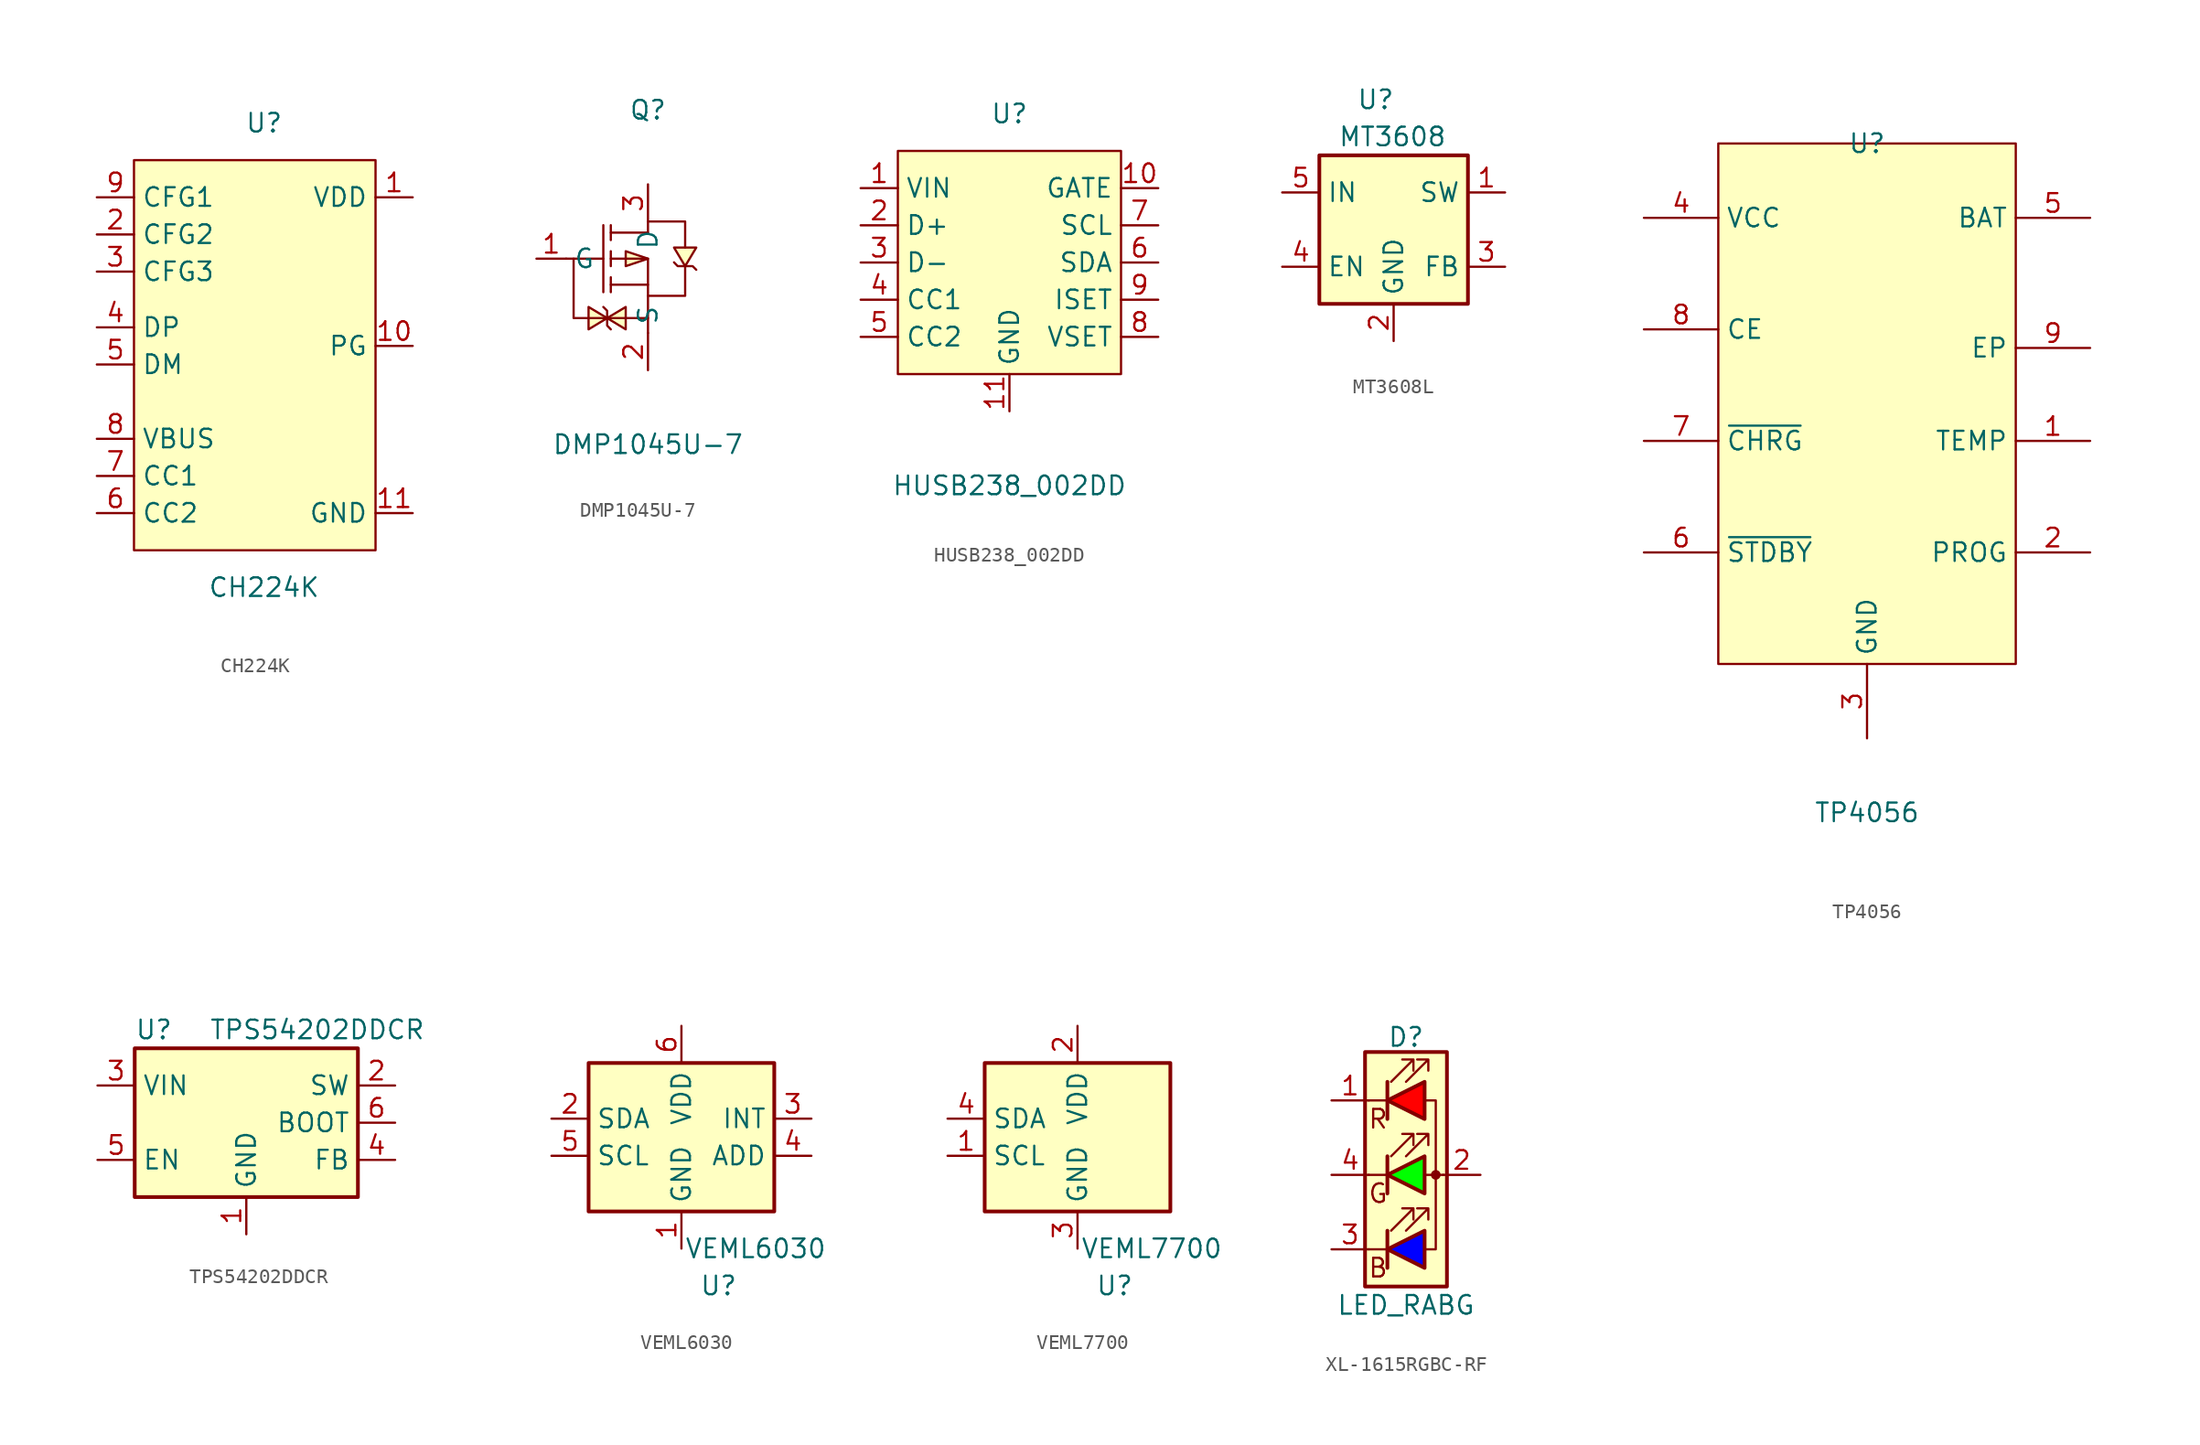
<source format=kicad_sym>
(kicad_symbol_lib
  (version 20231120)
  (generator "kicad_symbol_editor")
  (generator_version "8.0")
  (symbol "CH224K"
    (property "Reference" "U"
      (at 0 15.24 0)
      (effects (font (size 1.27 1.27))))
    (property "Value" "CH224K"
      (at 0 -16.51 0)
      (effects (font (size 1.27 1.27))))
    (symbol "CH224K_0_1"
      (rectangle (start -8.89 12.7) (end 7.62 -13.97) (stroke (width 0) (type default)) (fill (type background)))
      (pin passive line (at 10.16 10.16 180) (length 2.54) (name "VDD" (effects (font (size 1.27 1.27)))) (number "1" (effects (font (size 1.27 1.27)))))
      (pin passive line (at 10.16 0 180) (length 2.54) (name "PG" (effects (font (size 1.27 1.27)))) (number "10" (effects (font (size 1.27 1.27)))))
      (pin passive line (at 10.16 -11.43 180) (length 2.54) (name "GND" (effects (font (size 1.27 1.27)))) (number "11" (effects (font (size 1.27 1.27)))))
      (pin passive line (at -11.43 7.62 0) (length 2.54) (name "CFG2" (effects (font (size 1.27 1.27)))) (number "2" (effects (font (size 1.27 1.27)))))
      (pin passive line (at -11.43 5.08 0) (length 2.54) (name "CFG3" (effects (font (size 1.27 1.27)))) (number "3" (effects (font (size 1.27 1.27)))))
      (pin passive line (at -11.43 1.27 0) (length 2.54) (name "DP" (effects (font (size 1.27 1.27)))) (number "4" (effects (font (size 1.27 1.27)))))
      (pin passive line (at -11.43 -1.27 0) (length 2.54) (name "DM" (effects (font (size 1.27 1.27)))) (number "5" (effects (font (size 1.27 1.27)))))
      (pin passive line (at -11.43 -11.43 0) (length 2.54) (name "CC2" (effects (font (size 1.27 1.27)))) (number "6" (effects (font (size 1.27 1.27)))))
      (pin passive line (at -11.43 -8.89 0) (length 2.54) (name "CC1" (effects (font (size 1.27 1.27)))) (number "7" (effects (font (size 1.27 1.27)))))
      (pin passive line (at -11.43 -6.35 0) (length 2.54) (name "VBUS" (effects (font (size 1.27 1.27)))) (number "8" (effects (font (size 1.27 1.27)))))
      (pin passive line (at -11.43 10.16 0) (length 2.54) (name "CFG1" (effects (font (size 1.27 1.27)))) (number "9" (effects (font (size 1.27 1.27)))))))
  (symbol "DMP1045U-7"
    (property "Reference" "Q"
      (at 0 10.16 0)
      (effects (font (size 1.27 1.27))))
    (property "Value" "DMP1045U-7"
      (at 0 -12.7 0)
      (effects (font (size 1.27 1.27))))
    (symbol "DMP1045U-7_0_1"
      (polyline (pts (xy -5.59 0) (xy -3.05 0)) (stroke (width 0) (type default)) (fill (type none)))
      (polyline (pts (xy -3.05 2.29) (xy -3.05 -2.29)) (stroke (width 0) (type default)) (fill (type none)))
      (polyline (pts (xy -2.54 -2.29) (xy -2.54 -1.27)) (stroke (width 0) (type default)) (fill (type none)))
      (polyline (pts (xy -2.54 -0.51) (xy -2.54 0.51)) (stroke (width 0) (type default)) (fill (type none)))
      (polyline (pts (xy -2.54 1.27) (xy -2.54 2.29)) (stroke (width 0) (type default)) (fill (type none)))
      (polyline (pts (xy 0 -2.54) (xy 0 -5.08)) (stroke (width 0) (type default)) (fill (type none)))
      (polyline (pts (xy 0 -1.78) (xy -2.54 -1.78)) (stroke (width 0) (type default)) (fill (type none)))
      (polyline (pts (xy 0 1.78) (xy -2.54 1.78)) (stroke (width 0) (type default)) (fill (type none)))
      (polyline (pts (xy -2.54 0) (xy 0 0) (xy 0 -2.54)) (stroke (width 0) (type default)) (fill (type none)))
      (polyline (pts (xy 0 -2.54) (xy 2.54 -2.54) (xy 2.54 -0.51)) (stroke (width 0) (type default)) (fill (type none)))
      (polyline (pts (xy -2.79 -4.06) (xy -4.06 -3.3) (xy -4.06 -4.83) (xy -2.79 -4.06)) (stroke (width 0) (type default)) (fill (type background)))
      (polyline (pts (xy -2.79 -4.06) (xy -1.52 -4.83) (xy -1.52 -3.3) (xy -2.79 -4.06)) (stroke (width 0) (type default)) (fill (type background)))
      (polyline (pts (xy -2.54 -4.83) (xy -2.79 -4.57) (xy -2.79 -3.56) (xy -3.05 -3.3)) (stroke (width 0) (type default)) (fill (type none)))
      (polyline (pts (xy 0 -4.06) (xy -5.08 -4.06) (xy -5.08 -1.52) (xy -5.08 0)) (stroke (width 0) (type default)) (fill (type none)))
      (polyline (pts (xy 0 0) (xy -1.52 0.51) (xy -1.52 -0.51) (xy 0 0)) (stroke (width 0) (type default)) (fill (type background)))
      (polyline (pts (xy 0 1.78) (xy 0 2.54) (xy 2.54 2.54) (xy 2.54 0.76)) (stroke (width 0) (type default)) (fill (type none)))
      (polyline (pts (xy 2.54 -0.51) (xy 3.3 0.76) (xy 1.78 0.76) (xy 2.54 -0.51)) (stroke (width 0) (type default)) (fill (type background)))
      (polyline (pts (xy 3.3 -0.76) (xy 3.05 -0.51) (xy 2.03 -0.51) (xy 1.78 -0.25)) (stroke (width 0) (type default)) (fill (type none)))
      (pin unspecified line (at -7.62 0 0) (length 2.032) (name "G" (effects (font (size 1.27 1.27)))) (number "1" (effects (font (size 1.27 1.27)))))
      (pin unspecified line (at 0 -7.62 90) (length 2.54) (name "S" (effects (font (size 1.27 1.27)))) (number "2" (effects (font (size 1.27 1.27)))))
      (pin unspecified line (at 0 5.08 270) (length 2.54) (name "D" (effects (font (size 1.27 1.27)))) (number "3" (effects (font (size 1.27 1.27)))))))
  (symbol "HUSB238_002DD"
    (property "Reference" "U"
      (at 0 10.16 0)
      (effects (font (size 1.27 1.27))))
    (property "Value" "HUSB238_002DD"
      (at 0 -15.24 0)
      (effects (font (size 1.27 1.27))))
    (symbol "HUSB238_002DD_0_1"
      (rectangle (start -7.62 7.62) (end 7.62 -7.62) (stroke (width 0) (type default)) (fill (type background)))
      (pin power_in line (at -10.16 5.08 0) (length 2.54) (name "VIN" (effects (font (size 1.27 1.27)))) (number "1" (effects (font (size 1.27 1.27)))))
      (pin passive line (at 10.16 5.08 180) (length 2.54) (name "GATE" (effects (font (size 1.27 1.27)))) (number "10" (effects (font (size 1.27 1.27)))))
      (pin passive line (at 0 -10.16 90) (length 2.54) (name "GND" (effects (font (size 1.27 1.27)))) (number "11" (effects (font (size 1.27 1.27)))))
      (pin passive line (at -10.16 2.54 0) (length 2.54) (name "D+" (effects (font (size 1.27 1.27)))) (number "2" (effects (font (size 1.27 1.27)))))
      (pin passive line (at -10.16 0 0) (length 2.54) (name "D-" (effects (font (size 1.27 1.27)))) (number "3" (effects (font (size 1.27 1.27)))))
      (pin passive line (at -10.16 -2.54 0) (length 2.54) (name "CC1" (effects (font (size 1.27 1.27)))) (number "4" (effects (font (size 1.27 1.27)))))
      (pin passive line (at -10.16 -5.08 0) (length 2.54) (name "CC2" (effects (font (size 1.27 1.27)))) (number "5" (effects (font (size 1.27 1.27)))))
      (pin passive line (at 10.16 0 180) (length 2.54) (name "SDA" (effects (font (size 1.27 1.27)))) (number "6" (effects (font (size 1.27 1.27)))))
      (pin passive line (at 10.16 2.54 180) (length 2.54) (name "SCL" (effects (font (size 1.27 1.27)))) (number "7" (effects (font (size 1.27 1.27)))))
      (pin passive line (at 10.16 -5.08 180) (length 2.54) (name "VSET" (effects (font (size 1.27 1.27)))) (number "8" (effects (font (size 1.27 1.27)))))
      (pin passive line (at 10.16 -2.54 180) (length 2.54) (name "ISET" (effects (font (size 1.27 1.27)))) (number "9" (effects (font (size 1.27 1.27)))))))
  (symbol "MT3608L"
    (property "Reference" "U"
      (at -2.54 8.89 0)
      (effects (font (size 1.27 1.27)) (justify left)))
    (property "Value" "MT3608"
      (at -3.81 6.35 0)
      (effects (font (size 1.27 1.27)) (justify left)))
    (symbol "MT3608L_0_1"
      (rectangle (start -5.08 5.08) (end 5.08 -5.08) (stroke (width 0.254) (type default)) (fill (type background))))
    (symbol "MT3608L_1_1"
      (pin passive line (at 7.62 2.54 180) (length 2.54) (name "SW" (effects (font (size 1.27 1.27)))) (number "1" (effects (font (size 1.27 1.27)))))
      (pin power_in line (at 0 -7.62 90) (length 2.54) (name "GND" (effects (font (size 1.27 1.27)))) (number "2" (effects (font (size 1.27 1.27)))))
      (pin input line (at 7.62 -2.54 180) (length 2.54) (name "FB" (effects (font (size 1.27 1.27)))) (number "3" (effects (font (size 1.27 1.27)))))
      (pin input line (at -7.62 -2.54 0) (length 2.54) (name "EN" (effects (font (size 1.27 1.27)))) (number "4" (effects (font (size 1.27 1.27)))))
      (pin power_in line (at -7.62 2.54 0) (length 2.54) (name "IN" (effects (font (size 1.27 1.27)))) (number "5" (effects (font (size 1.27 1.27)))))
      (pin no_connect line (at 5.08 0 180) (length 2.54) hide (name "NC" (effects (font (size 1.27 1.27)))) (number "6" (effects (font (size 1.27 1.27)))))))
  (symbol "TP4056"
    (property "Reference" "U"
      (at 0 20.32 0)
      (effects (font (size 1.27 1.27))))
    (property "Value" "TP4056"
      (at 0 -25.4 0)
      (effects (font (size 1.27 1.27))))
    (symbol "TP4056_0_1"
      (rectangle (start -10.16 20.32) (end 10.16 -15.24) (stroke (width 0) (type default)) (fill (type background))))
    (symbol "TP4056_1_1"
      (pin input line (at 15.24 0 180) (length 5.08) (name "TEMP" (effects (font (size 1.27 1.27)))) (number "1" (effects (font (size 1.27 1.27)))))
      (pin input line (at 15.24 -7.62 180) (length 5.08) (name "PROG" (effects (font (size 1.27 1.27)))) (number "2" (effects (font (size 1.27 1.27)))))
      (pin power_in line (at 0 -20.32 90) (length 5.08) (name "GND" (effects (font (size 1.27 1.27)))) (number "3" (effects (font (size 1.27 1.27)))))
      (pin power_in line (at -15.24 15.24 0) (length 5.08) (name "VCC" (effects (font (size 1.27 1.27)))) (number "4" (effects (font (size 1.27 1.27)))))
      (pin power_out line (at 15.24 15.24 180) (length 5.08) (name "BAT" (effects (font (size 1.27 1.27)))) (number "5" (effects (font (size 1.27 1.27)))))
      (pin open_collector line (at -15.24 -7.62 0) (length 5.08) (name "~{STDBY}" (effects (font (size 1.27 1.27)))) (number "6" (effects (font (size 1.27 1.27)))))
      (pin open_collector line (at -15.24 0 0) (length 5.08) (name "~{CHRG}" (effects (font (size 1.27 1.27)))) (number "7" (effects (font (size 1.27 1.27)))))
      (pin input line (at -15.24 7.62 0) (length 5.08) (name "CE" (effects (font (size 1.27 1.27)))) (number "8" (effects (font (size 1.27 1.27)))))
      (pin power_in line (at 15.24 6.35 180) (length 5.08) (name "EP" (effects (font (size 1.27 1.27)))) (number "9" (effects (font (size 1.27 1.27)))))))
  (symbol "TPS54202DDCR"
    (property "Reference" "U"
      (at -7.62 6.35 0)
      (effects (font (size 1.27 1.27)) (justify left)))
    (property "Value" "TPS54202DDCR"
      (at -2.54 6.35 0)
      (effects (font (size 1.27 1.27)) (justify left)))
    (symbol "TPS54202DDCR_0_1"
      (rectangle (start -7.62 5.08) (end 7.62 -5.08) (stroke (width 0.254) (type default)) (fill (type background))))
    (symbol "TPS54202DDCR_1_1"
      (pin power_in line (at 0 -7.62 90) (length 2.54) (name "GND" (effects (font (size 1.27 1.27)))) (number "1" (effects (font (size 1.27 1.27)))))
      (pin output line (at 10.16 2.54 180) (length 2.54) (name "SW" (effects (font (size 1.27 1.27)))) (number "2" (effects (font (size 1.27 1.27)))))
      (pin power_in line (at -10.16 2.54 0) (length 2.54) (name "VIN" (effects (font (size 1.27 1.27)))) (number "3" (effects (font (size 1.27 1.27)))))
      (pin input line (at 10.16 -2.54 180) (length 2.54) (name "FB" (effects (font (size 1.27 1.27)))) (number "4" (effects (font (size 1.27 1.27)))))
      (pin input line (at -10.16 -2.54 0) (length 2.54) (name "EN" (effects (font (size 1.27 1.27)))) (number "5" (effects (font (size 1.27 1.27)))))
      (pin passive line (at 10.16 0 180) (length 2.54) (name "BOOT" (effects (font (size 1.27 1.27)))) (number "6" (effects (font (size 1.27 1.27)))))))
  (symbol "VEML6030"
    (property "Reference" "U"
      (at 2.54 -10.16 0)
      (effects (font (size 1.27 1.27))))
    (property "Value" "VEML6030"
      (at 5.08 -7.62 0)
      (effects (font (size 1.27 1.27))))
    (symbol "VEML6030_0_1"
      (rectangle (start -6.35 5.08) (end 6.35 -5.08) (stroke (width 0.254) (type default)) (fill (type background))))
    (symbol "VEML6030_1_1"
      (pin power_in line (at 0 -7.62 90) (length 2.54) (name "GND" (effects (font (size 1.27 1.27)))) (number "1" (effects (font (size 1.27 1.27)))))
      (pin passive line (at -8.89 1.27 0) (length 2.54) (name "SDA" (effects (font (size 1.27 1.27)))) (number "2" (effects (font (size 1.27 1.27)))))
      (pin passive line (at 8.89 1.27 180) (length 2.54) (name "INT" (effects (font (size 1.27 1.27)))) (number "3" (effects (font (size 1.27 1.27)))))
      (pin passive line (at 8.89 -1.27 180) (length 2.54) (name "ADD" (effects (font (size 1.27 1.27)))) (number "4" (effects (font (size 1.27 1.27)))))
      (pin passive line (at -8.89 -1.27 0) (length 2.54) (name "SCL" (effects (font (size 1.27 1.27)))) (number "5" (effects (font (size 1.27 1.27)))))
      (pin power_in line (at 0 7.62 270) (length 2.54) (name "VDD" (effects (font (size 1.27 1.27)))) (number "6" (effects (font (size 1.27 1.27)))))))
  (symbol "VEML7700"
    (property "Reference" "U"
      (at 2.54 -10.16 0)
      (effects (font (size 1.27 1.27))))
    (property "Value" "VEML7700"
      (at 5.08 -7.62 0)
      (effects (font (size 1.27 1.27))))
    (symbol "VEML7700_0_1"
      (rectangle (start -6.35 5.08) (end 6.35 -5.08) (stroke (width 0.254) (type default)) (fill (type background))))
    (symbol "VEML7700_1_1"
      (pin passive line (at -8.89 -1.27 0) (length 2.54) (name "SCL" (effects (font (size 1.27 1.27)))) (number "1" (effects (font (size 1.27 1.27)))))
      (pin power_in line (at 0 7.62 270) (length 2.54) (name "VDD" (effects (font (size 1.27 1.27)))) (number "2" (effects (font (size 1.27 1.27)))))
      (pin power_in line (at 0 -7.62 90) (length 2.54) (name "GND" (effects (font (size 1.27 1.27)))) (number "3" (effects (font (size 1.27 1.27)))))
      (pin passive line (at -8.89 1.27 0) (length 2.54) (name "SDA" (effects (font (size 1.27 1.27)))) (number "4" (effects (font (size 1.27 1.27)))))))
  (symbol "XL-1615RGBC-RF"
    (pin_names
      (offset 0) hide)
    (property "Reference" "D"
      (at 0 9.398 0)
      (effects (font (size 1.27 1.27))))
    (property "Value" "LED_RABG"
      (at 0 -8.89 0)
      (effects (font (size 1.27 1.27))))
    (symbol "XL-1615RGBC-RF_0_0"
      (text "B" (at -1.905 -6.35 0) (effects (font (size 1.27 1.27))))
      (text "G" (at -1.905 -1.27 0) (effects (font (size 1.27 1.27))))
      (text "R" (at -1.905 3.81 0) (effects (font (size 1.27 1.27)))))
    (symbol "XL-1615RGBC-RF_0_1"
      (rectangle (start -2.794 8.382) (end 2.794 -7.62) (stroke (width 0.254) (type default)) (fill (type background)))
      (polyline (pts (xy -1.27 -5.08) (xy -2.54 -5.08)) (stroke (width 0) (type default)) (fill (type none)))
      (polyline (pts (xy -1.27 -3.81) (xy -1.27 -6.35)) (stroke (width 0.254) (type default)) (fill (type none)))
      (polyline (pts (xy -1.27 0) (xy -2.54 0)) (stroke (width 0) (type default)) (fill (type none)))
      (polyline (pts (xy -1.27 1.27) (xy -1.27 -1.27)) (stroke (width 0.254) (type default)) (fill (type none)))
      (polyline (pts (xy -1.27 5.08) (xy -2.54 5.08)) (stroke (width 0) (type default)) (fill (type none)))
      (polyline (pts (xy -1.27 6.35) (xy -1.27 3.81)) (stroke (width 0.254) (type default)) (fill (type none)))
      (polyline (pts (xy 1.27 0) (xy 2.54 0)) (stroke (width 0) (type default)) (fill (type none)))
      (polyline (pts (xy -1.27 1.27) (xy -1.27 -1.27) (xy -1.27 -1.27)) (stroke (width 0) (type default)) (fill (type none)))
      (polyline (pts (xy -1.27 6.35) (xy -1.27 3.81) (xy -1.27 3.81)) (stroke (width 0) (type default)) (fill (type none)))
      (polyline (pts (xy 1.27 -5.08) (xy 2.032 -5.08) (xy 2.032 5.08) (xy 1.27 5.08)) (stroke (width 0) (type default)) (fill (type none)))
      (polyline (pts (xy -1.016 -3.81) (xy 0.508 -2.286) (xy -0.254 -2.286) (xy 0.508 -2.286) (xy 0.508 -3.048)) (stroke (width 0) (type default)) (fill (type none)))
      (polyline (pts (xy -1.016 1.27) (xy 0.508 2.794) (xy -0.254 2.794) (xy 0.508 2.794) (xy 0.508 2.032)) (stroke (width 0) (type default)) (fill (type none)))
      (polyline (pts (xy -1.016 6.35) (xy 0.508 7.874) (xy -0.254 7.874) (xy 0.508 7.874) (xy 0.508 7.112)) (stroke (width 0) (type default)) (fill (type none)))
      (polyline (pts (xy 0 -3.81) (xy 1.524 -2.286) (xy 0.762 -2.286) (xy 1.524 -2.286) (xy 1.524 -3.048)) (stroke (width 0) (type default)) (fill (type none)))
      (polyline (pts (xy 0 1.27) (xy 1.524 2.794) (xy 0.762 2.794) (xy 1.524 2.794) (xy 1.524 2.032)) (stroke (width 0) (type default)) (fill (type none)))
      (polyline (pts (xy 0 6.35) (xy 1.524 7.874) (xy 0.762 7.874) (xy 1.524 7.874) (xy 1.524 7.112)) (stroke (width 0) (type default)) (fill (type none)))
      (rectangle (start 1.27 -1.27) (end 1.27 1.27) (stroke (width 0) (type default)) (fill (type none)))
      (rectangle (start 1.27 1.27) (end 1.27 1.27) (stroke (width 0) (type default)) (fill (type none)))
      (rectangle (start 1.27 3.81) (end 1.27 6.35) (stroke (width 0) (type default)) (fill (type none)))
      (rectangle (start 1.27 6.35) (end 1.27 6.35) (stroke (width 0) (type default)) (fill (type none)))
      (circle (center 2.032 0) (radius 0.254) (stroke (width 0) (type default)) (fill (type outline))))
    (symbol "XL-1615RGBC-RF_1_1"
      (polyline (pts (xy 1.27 -3.81) (xy 1.27 -6.35) (xy -1.27 -5.08) (xy 1.27 -3.81)) (stroke (width 0.254) (type default)) (fill (type color) (color 0 0 255 1)))
      (polyline (pts (xy 1.27 1.27) (xy 1.27 -1.27) (xy -1.27 0) (xy 1.27 1.27)) (stroke (width 0.254) (type default)) (fill (type color) (color 0 255 0 1)))
      (polyline (pts (xy 1.27 6.35) (xy 1.27 3.81) (xy -1.27 5.08) (xy 1.27 6.35)) (stroke (width 0.254) (type default)) (fill (type color) (color 255 0 0 1)))
      (pin passive line (at -5.08 5.08 0) (length 2.54) (name "RK" (effects (font (size 1.27 1.27)))) (number "1" (effects (font (size 1.27 1.27)))))
      (pin passive line (at 5.08 0 180) (length 2.54) (name "A" (effects (font (size 1.27 1.27)))) (number "2" (effects (font (size 1.27 1.27)))))
      (pin passive line (at -5.08 -5.08 0) (length 2.54) (name "BK" (effects (font (size 1.27 1.27)))) (number "3" (effects (font (size 1.27 1.27)))))
      (pin passive line (at -5.08 0 0) (length 2.54) (name "GK" (effects (font (size 1.27 1.27)))) (number "4" (effects (font (size 1.27 1.27))))))))
</source>
